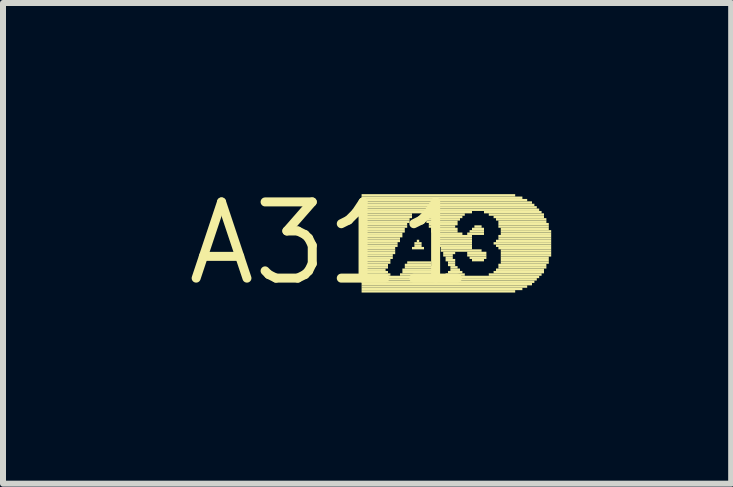
<source format=kicad_pcb>
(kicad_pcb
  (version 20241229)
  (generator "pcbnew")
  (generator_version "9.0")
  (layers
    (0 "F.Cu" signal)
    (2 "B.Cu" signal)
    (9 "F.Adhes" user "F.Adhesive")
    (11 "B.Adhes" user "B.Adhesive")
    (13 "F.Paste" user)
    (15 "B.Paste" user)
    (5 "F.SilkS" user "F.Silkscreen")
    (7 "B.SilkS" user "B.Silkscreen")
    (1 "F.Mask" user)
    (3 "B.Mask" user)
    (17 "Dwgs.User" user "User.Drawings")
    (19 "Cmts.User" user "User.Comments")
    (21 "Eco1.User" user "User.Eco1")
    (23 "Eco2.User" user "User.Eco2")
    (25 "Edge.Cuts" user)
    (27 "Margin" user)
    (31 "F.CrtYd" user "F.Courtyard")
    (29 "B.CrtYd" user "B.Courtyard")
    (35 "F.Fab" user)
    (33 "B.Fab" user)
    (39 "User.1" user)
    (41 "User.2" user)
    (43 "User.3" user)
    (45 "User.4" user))
  (footprint "A311"
    (layer "F.Cu")
    (at 2.457 1.006)
    (property "Reference" "A311" (at 0 0 0) (layer "F.SilkS") (effects (font (size 1.27 1.27) (thickness 0.15))))
    (fp_poly (pts (xy 0.52 -0.78) (xy 3.08 -0.78) (xy 3.08 -0.82) (xy 0.52 -0.82)) (stroke (width 0) (type default)) (fill yes) (layer "F.SilkS"))
    (fp_poly (pts (xy 0.52 -0.74) (xy 3.2 -0.74) (xy 3.2 -0.78) (xy 0.52 -0.78)) (stroke (width 0) (type default)) (fill yes) (layer "F.SilkS"))
    (fp_poly (pts (xy 0.52 -0.7) (xy 3.28 -0.7) (xy 3.28 -0.74) (xy 0.52 -0.74)) (stroke (width 0) (type default)) (fill yes) (layer "F.SilkS"))
    (fp_poly (pts (xy 0.52 -0.66) (xy 3.36 -0.66) (xy 3.36 -0.7) (xy 0.52 -0.7)) (stroke (width 0) (type default)) (fill yes) (layer "F.SilkS"))
    (fp_poly (pts (xy 0.52 -0.62) (xy 3.4 -0.62) (xy 3.4 -0.66) (xy 0.52 -0.66)) (stroke (width 0) (type default)) (fill yes) (layer "F.SilkS"))
    (fp_poly (pts (xy 0.52 -0.58) (xy 3.44 -0.58) (xy 3.44 -0.62) (xy 0.52 -0.62)) (stroke (width 0) (type default)) (fill yes) (layer "F.SilkS"))
    (fp_poly (pts (xy 0.52 -0.54) (xy 3.48 -0.54) (xy 3.48 -0.58) (xy 0.52 -0.58)) (stroke (width 0) (type default)) (fill yes) (layer "F.SilkS"))
    (fp_poly (pts (xy 0.52 -0.5) (xy 2.36 -0.5) (xy 2.36 -0.54) (xy 0.52 -0.54)) (stroke (width 0) (type default)) (fill yes) (layer "F.SilkS"))
    (fp_poly (pts (xy 0.52 -0.46) (xy 1.36 -0.46) (xy 1.36 -0.5) (xy 0.52 -0.5)) (stroke (width 0) (type default)) (fill yes) (layer "F.SilkS"))
    (fp_poly (pts (xy 0.52 -0.42) (xy 1.36 -0.42) (xy 1.36 -0.46) (xy 0.52 -0.46)) (stroke (width 0) (type default)) (fill yes) (layer "F.SilkS"))
    (fp_poly (pts (xy 0.52 -0.38) (xy 1.32 -0.38) (xy 1.32 -0.42) (xy 0.52 -0.42)) (stroke (width 0) (type default)) (fill yes) (layer "F.SilkS"))
    (fp_poly (pts (xy 0.52 -0.34) (xy 1.32 -0.34) (xy 1.32 -0.38) (xy 0.52 -0.38)) (stroke (width 0) (type default)) (fill yes) (layer "F.SilkS"))
    (fp_poly (pts (xy 0.52 -0.3) (xy 1.28 -0.3) (xy 1.28 -0.34) (xy 0.52 -0.34)) (stroke (width 0) (type default)) (fill yes) (layer "F.SilkS"))
    (fp_poly (pts (xy 0.52 -0.26) (xy 1.28 -0.26) (xy 1.28 -0.3) (xy 0.52 -0.3)) (stroke (width 0) (type default)) (fill yes) (layer "F.SilkS"))
    (fp_poly (pts (xy 0.52 -0.22) (xy 1.24 -0.22) (xy 1.24 -0.26) (xy 0.52 -0.26)) (stroke (width 0) (type default)) (fill yes) (layer "F.SilkS"))
    (fp_poly (pts (xy 0.52 -0.18) (xy 1.24 -0.18) (xy 1.24 -0.22) (xy 0.52 -0.22)) (stroke (width 0) (type default)) (fill yes) (layer "F.SilkS"))
    (fp_poly (pts (xy 0.52 -0.14) (xy 1.2 -0.14) (xy 1.2 -0.18) (xy 0.52 -0.18)) (stroke (width 0) (type default)) (fill yes) (layer "F.SilkS"))
    (fp_poly (pts (xy 0.52 -0.1) (xy 1.2 -0.1) (xy 1.2 -0.14) (xy 0.52 -0.14)) (stroke (width 0) (type default)) (fill yes) (layer "F.SilkS"))
    (fp_poly (pts (xy 0.52 -0.06) (xy 1.16 -0.06) (xy 1.16 -0.1) (xy 0.52 -0.1)) (stroke (width 0) (type default)) (fill yes) (layer "F.SilkS"))
    (fp_poly (pts (xy 0.52 -0.02) (xy 1.16 -0.02) (xy 1.16 -0.06) (xy 0.52 -0.06)) (stroke (width 0) (type default)) (fill yes) (layer "F.SilkS"))
    (fp_poly (pts (xy 0.52 0.02) (xy 1.12 0.02) (xy 1.12 -0.02) (xy 0.52 -0.02)) (stroke (width 0) (type default)) (fill yes) (layer "F.SilkS"))
    (fp_poly (pts (xy 0.52 0.06) (xy 1.12 0.06) (xy 1.12 0.02) (xy 0.52 0.02)) (stroke (width 0) (type default)) (fill yes) (layer "F.SilkS"))
    (fp_poly (pts (xy 0.52 0.1) (xy 1.08 0.1) (xy 1.08 0.06) (xy 0.52 0.06)) (stroke (width 0) (type default)) (fill yes) (layer "F.SilkS"))
    (fp_poly (pts (xy 0.52 0.14) (xy 1.08 0.14) (xy 1.08 0.1) (xy 0.52 0.1)) (stroke (width 0) (type default)) (fill yes) (layer "F.SilkS"))
    (fp_poly (pts (xy 0.52 0.18) (xy 1.08 0.18) (xy 1.08 0.14) (xy 0.52 0.14)) (stroke (width 0) (type default)) (fill yes) (layer "F.SilkS"))
    (fp_poly (pts (xy 0.52 0.22) (xy 1.04 0.22) (xy 1.04 0.18) (xy 0.52 0.18)) (stroke (width 0) (type default)) (fill yes) (layer "F.SilkS"))
    (fp_poly (pts (xy 0.52 0.26) (xy 1.04 0.26) (xy 1.04 0.22) (xy 0.52 0.22)) (stroke (width 0) (type default)) (fill yes) (layer "F.SilkS"))
    (fp_poly (pts (xy 0.52 0.3) (xy 1 0.3) (xy 1 0.26) (xy 0.52 0.26)) (stroke (width 0) (type default)) (fill yes) (layer "F.SilkS"))
    (fp_poly (pts (xy 0.52 0.34) (xy 1 0.34) (xy 1 0.3) (xy 0.52 0.3)) (stroke (width 0) (type default)) (fill yes) (layer "F.SilkS"))
    (fp_poly (pts (xy 0.52 0.38) (xy 0.96 0.38) (xy 0.96 0.34) (xy 0.52 0.34)) (stroke (width 0) (type default)) (fill yes) (layer "F.SilkS"))
    (fp_poly (pts (xy 0.52 0.42) (xy 0.96 0.42) (xy 0.96 0.38) (xy 0.52 0.38)) (stroke (width 0) (type default)) (fill yes) (layer "F.SilkS"))
    (fp_poly (pts (xy 0.52 0.46) (xy 0.92 0.46) (xy 0.92 0.42) (xy 0.52 0.42)) (stroke (width 0) (type default)) (fill yes) (layer "F.SilkS"))
    (fp_poly (pts (xy 0.52 0.5) (xy 0.96 0.5) (xy 0.96 0.46) (xy 0.52 0.46)) (stroke (width 0) (type default)) (fill yes) (layer "F.SilkS"))
    (fp_poly (pts (xy 0.52 0.54) (xy 1 0.54) (xy 1 0.5) (xy 0.52 0.5)) (stroke (width 0) (type default)) (fill yes) (layer "F.SilkS"))
    (fp_poly (pts (xy 0.52 0.58) (xy 3.48 0.58) (xy 3.48 0.54) (xy 0.52 0.54)) (stroke (width 0) (type default)) (fill yes) (layer "F.SilkS"))
    (fp_poly (pts (xy 0.52 0.62) (xy 3.44 0.62) (xy 3.44 0.58) (xy 0.52 0.58)) (stroke (width 0) (type default)) (fill yes) (layer "F.SilkS"))
    (fp_poly (pts (xy 0.52 0.66) (xy 3.4 0.66) (xy 3.4 0.62) (xy 0.52 0.62)) (stroke (width 0) (type default)) (fill yes) (layer "F.SilkS"))
    (fp_poly (pts (xy 0.52 0.7) (xy 3.36 0.7) (xy 3.36 0.66) (xy 0.52 0.66)) (stroke (width 0) (type default)) (fill yes) (layer "F.SilkS"))
    (fp_poly (pts (xy 0.52 0.74) (xy 3.28 0.74) (xy 3.28 0.7) (xy 0.52 0.7)) (stroke (width 0) (type default)) (fill yes) (layer "F.SilkS"))
    (fp_poly (pts (xy 0.52 0.78) (xy 3.2 0.78) (xy 3.2 0.74) (xy 0.52 0.74)) (stroke (width 0) (type default)) (fill yes) (layer "F.SilkS"))
    (fp_poly (pts (xy 0.52 0.82) (xy 3.08 0.82) (xy 3.08 0.78) (xy 0.52 0.78)) (stroke (width 0) (type default)) (fill yes) (layer "F.SilkS"))
    (fp_poly (pts (xy 1.16 0.54) (xy 1.76 0.54) (xy 1.76 0.5) (xy 1.16 0.5)) (stroke (width 0) (type default)) (fill yes) (layer "F.SilkS"))
    (fp_poly (pts (xy 1.2 0.46) (xy 1.72 0.46) (xy 1.72 0.42) (xy 1.2 0.42)) (stroke (width 0) (type default)) (fill yes) (layer "F.SilkS"))
    (fp_poly (pts (xy 1.2 0.5) (xy 1.76 0.5) (xy 1.76 0.46) (xy 1.2 0.46)) (stroke (width 0) (type default)) (fill yes) (layer "F.SilkS"))
    (fp_poly (pts (xy 1.24 0.38) (xy 1.68 0.38) (xy 1.68 0.34) (xy 1.24 0.34)) (stroke (width 0) (type default)) (fill yes) (layer "F.SilkS"))
    (fp_poly (pts (xy 1.24 0.42) (xy 1.72 0.42) (xy 1.72 0.38) (xy 1.24 0.38)) (stroke (width 0) (type default)) (fill yes) (layer "F.SilkS"))
    (fp_poly (pts (xy 1.28 0.34) (xy 1.68 0.34) (xy 1.68 0.3) (xy 1.28 0.3)) (stroke (width 0) (type default)) (fill yes) (layer "F.SilkS"))
    (fp_poly (pts (xy 1.36 0.1) (xy 1.56 0.1) (xy 1.56 0.06) (xy 1.36 0.06)) (stroke (width 0) (type default)) (fill yes) (layer "F.SilkS"))
    (fp_poly (pts (xy 1.4 0.02) (xy 1.52 0.02) (xy 1.52 -0.02) (xy 1.4 -0.02)) (stroke (width 0) (type default)) (fill yes) (layer "F.SilkS"))
    (fp_poly (pts (xy 1.4 0.06) (xy 1.52 0.06) (xy 1.52 0.02) (xy 1.4 0.02)) (stroke (width 0) (type default)) (fill yes) (layer "F.SilkS"))
    (fp_poly (pts (xy 1.44 -0.02) (xy 1.48 -0.02) (xy 1.48 -0.06) (xy 1.44 -0.06)) (stroke (width 0) (type default)) (fill yes) (layer "F.SilkS"))
    (fp_poly (pts (xy 1.56 -0.46) (xy 2.24 -0.46) (xy 2.24 -0.5) (xy 1.56 -0.5)) (stroke (width 0) (type default)) (fill yes) (layer "F.SilkS"))
    (fp_poly (pts (xy 1.56 -0.42) (xy 2.2 -0.42) (xy 2.2 -0.46) (xy 1.56 -0.46)) (stroke (width 0) (type default)) (fill yes) (layer "F.SilkS"))
    (fp_poly (pts (xy 1.6 -0.38) (xy 2.16 -0.38) (xy 2.16 -0.42) (xy 1.6 -0.42)) (stroke (width 0) (type default)) (fill yes) (layer "F.SilkS"))
    (fp_poly (pts (xy 1.6 -0.34) (xy 2.12 -0.34) (xy 2.12 -0.38) (xy 1.6 -0.38)) (stroke (width 0) (type default)) (fill yes) (layer "F.SilkS"))
    (fp_poly (pts (xy 1.64 -0.3) (xy 2.12 -0.3) (xy 2.12 -0.34) (xy 1.64 -0.34)) (stroke (width 0) (type default)) (fill yes) (layer "F.SilkS"))
    (fp_poly (pts (xy 1.64 -0.26) (xy 2.08 -0.26) (xy 2.08 -0.3) (xy 1.64 -0.3)) (stroke (width 0) (type default)) (fill yes) (layer "F.SilkS"))
    (fp_poly (pts (xy 1.68 -0.22) (xy 2.12 -0.22) (xy 2.12 -0.26) (xy 1.68 -0.26)) (stroke (width 0) (type default)) (fill yes) (layer "F.SilkS"))
    (fp_poly (pts (xy 1.68 -0.18) (xy 2.12 -0.18) (xy 2.12 -0.22) (xy 1.68 -0.22)) (stroke (width 0) (type default)) (fill yes) (layer "F.SilkS"))
    (fp_poly (pts (xy 1.72 -0.14) (xy 2.2 -0.14) (xy 2.2 -0.18) (xy 1.72 -0.18)) (stroke (width 0) (type default)) (fill yes) (layer "F.SilkS"))
    (fp_poly (pts (xy 1.72 -0.1) (xy 2.36 -0.1) (xy 2.36 -0.14) (xy 1.72 -0.14)) (stroke (width 0) (type default)) (fill yes) (layer "F.SilkS"))
    (fp_poly (pts (xy 1.76 -0.06) (xy 2.36 -0.06) (xy 2.36 -0.1) (xy 1.76 -0.1)) (stroke (width 0) (type default)) (fill yes) (layer "F.SilkS"))
    (fp_poly (pts (xy 1.76 -0.02) (xy 2.36 -0.02) (xy 2.36 -0.06) (xy 1.76 -0.06)) (stroke (width 0) (type default)) (fill yes) (layer "F.SilkS"))
    (fp_poly (pts (xy 1.8 0.02) (xy 2.36 0.02) (xy 2.36 -0.02) (xy 1.8 -0.02)) (stroke (width 0) (type default)) (fill yes) (layer "F.SilkS"))
    (fp_poly (pts (xy 1.8 0.06) (xy 2.36 0.06) (xy 2.36 0.02) (xy 1.8 0.02)) (stroke (width 0) (type default)) (fill yes) (layer "F.SilkS"))
    (fp_poly (pts (xy 1.84 0.1) (xy 2.36 0.1) (xy 2.36 0.06) (xy 1.84 0.06)) (stroke (width 0) (type default)) (fill yes) (layer "F.SilkS"))
    (fp_poly (pts (xy 1.84 0.14) (xy 2.52 0.14) (xy 2.52 0.1) (xy 1.84 0.1)) (stroke (width 0) (type default)) (fill yes) (layer "F.SilkS"))
    (fp_poly (pts (xy 1.88 0.18) (xy 2.08 0.18) (xy 2.08 0.14) (xy 1.88 0.14)) (stroke (width 0) (type default)) (fill yes) (layer "F.SilkS"))
    (fp_poly (pts (xy 1.88 0.22) (xy 2.04 0.22) (xy 2.04 0.18) (xy 1.88 0.18)) (stroke (width 0) (type default)) (fill yes) (layer "F.SilkS"))
    (fp_poly (pts (xy 1.92 0.26) (xy 2.04 0.26) (xy 2.04 0.22) (xy 1.92 0.22)) (stroke (width 0) (type default)) (fill yes) (layer "F.SilkS"))
    (fp_poly (pts (xy 1.92 0.3) (xy 2.08 0.3) (xy 2.08 0.26) (xy 1.92 0.26)) (stroke (width 0) (type default)) (fill yes) (layer "F.SilkS"))
    (fp_poly (pts (xy 1.92 0.54) (xy 2.24 0.54) (xy 2.24 0.5) (xy 1.92 0.5)) (stroke (width 0) (type default)) (fill yes) (layer "F.SilkS"))
    (fp_poly (pts (xy 1.96 0.34) (xy 2.08 0.34) (xy 2.08 0.3) (xy 1.96 0.3)) (stroke (width 0) (type default)) (fill yes) (layer "F.SilkS"))
    (fp_poly (pts (xy 1.96 0.38) (xy 2.08 0.38) (xy 2.08 0.34) (xy 1.96 0.34)) (stroke (width 0) (type default)) (fill yes) (layer "F.SilkS"))
    (fp_poly (pts (xy 1.96 0.5) (xy 2.2 0.5) (xy 2.2 0.46) (xy 1.96 0.46)) (stroke (width 0) (type default)) (fill yes) (layer "F.SilkS"))
    (fp_poly (pts (xy 2 0.42) (xy 2.12 0.42) (xy 2.12 0.38) (xy 2 0.38)) (stroke (width 0) (type default)) (fill yes) (layer "F.SilkS"))
    (fp_poly (pts (xy 2 0.46) (xy 2.16 0.46) (xy 2.16 0.42) (xy 2 0.42)) (stroke (width 0) (type default)) (fill yes) (layer "F.SilkS"))
    (fp_poly (pts (xy 2.28 -0.14) (xy 2.56 -0.14) (xy 2.56 -0.18) (xy 2.28 -0.18)) (stroke (width 0) (type default)) (fill yes) (layer "F.SilkS"))
    (fp_poly (pts (xy 2.28 0.18) (xy 2.6 0.18) (xy 2.6 0.14) (xy 2.28 0.14)) (stroke (width 0) (type default)) (fill yes) (layer "F.SilkS"))
    (fp_poly (pts (xy 2.28 0.22) (xy 2.6 0.22) (xy 2.6 0.18) (xy 2.28 0.18)) (stroke (width 0) (type default)) (fill yes) (layer "F.SilkS"))
    (fp_poly (pts (xy 2.32 -0.18) (xy 2.56 -0.18) (xy 2.56 -0.22) (xy 2.32 -0.22)) (stroke (width 0) (type default)) (fill yes) (layer "F.SilkS"))
    (fp_poly (pts (xy 2.32 0.26) (xy 2.6 0.26) (xy 2.6 0.22) (xy 2.32 0.22)) (stroke (width 0) (type default)) (fill yes) (layer "F.SilkS"))
    (fp_poly (pts (xy 2.36 -0.22) (xy 2.56 -0.22) (xy 2.56 -0.26) (xy 2.36 -0.26)) (stroke (width 0) (type default)) (fill yes) (layer "F.SilkS"))
    (fp_poly (pts (xy 2.36 0.3) (xy 2.56 0.3) (xy 2.56 0.26) (xy 2.36 0.26)) (stroke (width 0) (type default)) (fill yes) (layer "F.SilkS"))
    (fp_poly (pts (xy 2.4 -0.26) (xy 2.52 -0.26) (xy 2.52 -0.3) (xy 2.4 -0.3)) (stroke (width 0) (type default)) (fill yes) (layer "F.SilkS"))
    (fp_poly (pts (xy 2.56 -0.5) (xy 3.52 -0.5) (xy 3.52 -0.54) (xy 2.56 -0.54)) (stroke (width 0) (type default)) (fill yes) (layer "F.SilkS"))
    (fp_poly (pts (xy 2.64 -0.46) (xy 3.56 -0.46) (xy 3.56 -0.5) (xy 2.64 -0.5)) (stroke (width 0) (type default)) (fill yes) (layer "F.SilkS"))
    (fp_poly (pts (xy 2.64 0.54) (xy 3.52 0.54) (xy 3.52 0.5) (xy 2.64 0.5)) (stroke (width 0) (type default)) (fill yes) (layer "F.SilkS"))
    (fp_poly (pts (xy 2.72 -0.42) (xy 3.56 -0.42) (xy 3.56 -0.46) (xy 2.72 -0.46)) (stroke (width 0) (type default)) (fill yes) (layer "F.SilkS"))
    (fp_poly (pts (xy 2.72 0.02) (xy 3.68 0.02) (xy 3.68 -0.02) (xy 2.72 -0.02)) (stroke (width 0) (type default)) (fill yes) (layer "F.SilkS"))
    (fp_poly (pts (xy 2.72 0.5) (xy 3.56 0.5) (xy 3.56 0.46) (xy 2.72 0.46)) (stroke (width 0) (type default)) (fill yes) (layer "F.SilkS"))
    (fp_poly (pts (xy 2.76 -0.38) (xy 3.6 -0.38) (xy 3.6 -0.42) (xy 2.76 -0.42)) (stroke (width 0) (type default)) (fill yes) (layer "F.SilkS"))
    (fp_poly (pts (xy 2.76 -0.02) (xy 3.68 -0.02) (xy 3.68 -0.06) (xy 2.76 -0.06)) (stroke (width 0) (type default)) (fill yes) (layer "F.SilkS"))
    (fp_poly (pts (xy 2.76 0.06) (xy 3.68 0.06) (xy 3.68 0.02) (xy 2.76 0.02)) (stroke (width 0) (type default)) (fill yes) (layer "F.SilkS"))
    (fp_poly (pts (xy 2.76 0.46) (xy 3.56 0.46) (xy 3.56 0.42) (xy 2.76 0.42)) (stroke (width 0) (type default)) (fill yes) (layer "F.SilkS"))
    (fp_poly (pts (xy 2.8 -0.34) (xy 3.6 -0.34) (xy 3.6 -0.38) (xy 2.8 -0.38)) (stroke (width 0) (type default)) (fill yes) (layer "F.SilkS"))
    (fp_poly (pts (xy 2.8 -0.3) (xy 3.64 -0.3) (xy 3.64 -0.34) (xy 2.8 -0.34)) (stroke (width 0) (type default)) (fill yes) (layer "F.SilkS"))
    (fp_poly (pts (xy 2.8 -0.26) (xy 3.64 -0.26) (xy 3.64 -0.3) (xy 2.8 -0.3)) (stroke (width 0) (type default)) (fill yes) (layer "F.SilkS"))
    (fp_poly (pts (xy 2.8 -0.1) (xy 3.68 -0.1) (xy 3.68 -0.14) (xy 2.8 -0.14)) (stroke (width 0) (type default)) (fill yes) (layer "F.SilkS"))
    (fp_poly (pts (xy 2.8 -0.06) (xy 3.68 -0.06) (xy 3.68 -0.1) (xy 2.8 -0.1)) (stroke (width 0) (type default)) (fill yes) (layer "F.SilkS"))
    (fp_poly (pts (xy 2.8 0.1) (xy 3.68 0.1) (xy 3.68 0.06) (xy 2.8 0.06)) (stroke (width 0) (type default)) (fill yes) (layer "F.SilkS"))
    (fp_poly (pts (xy 2.8 0.38) (xy 3.6 0.38) (xy 3.6 0.34) (xy 2.8 0.34)) (stroke (width 0) (type default)) (fill yes) (layer "F.SilkS"))
    (fp_poly (pts (xy 2.8 0.42) (xy 3.6 0.42) (xy 3.6 0.38) (xy 2.8 0.38)) (stroke (width 0) (type default)) (fill yes) (layer "F.SilkS"))
    (fp_poly (pts (xy 2.84 -0.22) (xy 3.64 -0.22) (xy 3.64 -0.26) (xy 2.84 -0.26)) (stroke (width 0) (type default)) (fill yes) (layer "F.SilkS"))
    (fp_poly (pts (xy 2.84 -0.18) (xy 3.68 -0.18) (xy 3.68 -0.22) (xy 2.84 -0.22)) (stroke (width 0) (type default)) (fill yes) (layer "F.SilkS"))
    (fp_poly (pts (xy 2.84 -0.14) (xy 3.68 -0.14) (xy 3.68 -0.18) (xy 2.84 -0.18)) (stroke (width 0) (type default)) (fill yes) (layer "F.SilkS"))
    (fp_poly (pts (xy 2.84 0.14) (xy 3.68 0.14) (xy 3.68 0.1) (xy 2.84 0.1)) (stroke (width 0) (type default)) (fill yes) (layer "F.SilkS"))
    (fp_poly (pts (xy 2.84 0.18) (xy 3.68 0.18) (xy 3.68 0.14) (xy 2.84 0.14)) (stroke (width 0) (type default)) (fill yes) (layer "F.SilkS"))
    (fp_poly (pts (xy 2.84 0.22) (xy 3.68 0.22) (xy 3.68 0.18) (xy 2.84 0.18)) (stroke (width 0) (type default)) (fill yes) (layer "F.SilkS"))
    (fp_poly (pts (xy 2.84 0.26) (xy 3.64 0.26) (xy 3.64 0.22) (xy 2.84 0.22)) (stroke (width 0) (type default)) (fill yes) (layer "F.SilkS"))
    (fp_poly (pts (xy 2.84 0.3) (xy 3.64 0.3) (xy 3.64 0.26) (xy 2.84 0.26)) (stroke (width 0) (type default)) (fill yes) (layer "F.SilkS"))
    (fp_poly (pts (xy 2.84 0.34) (xy 3.64 0.34) (xy 3.64 0.3) (xy 2.84 0.3)) (stroke (width 0) (type default)) (fill yes) (layer "F.SilkS")))
  (gr_rect
    (start -3 -3)
    (end 9.137 5.012)
    (stroke (width 0.1) (type default))
    (fill no)
    (layer "Edge.Cuts")))
</source>
